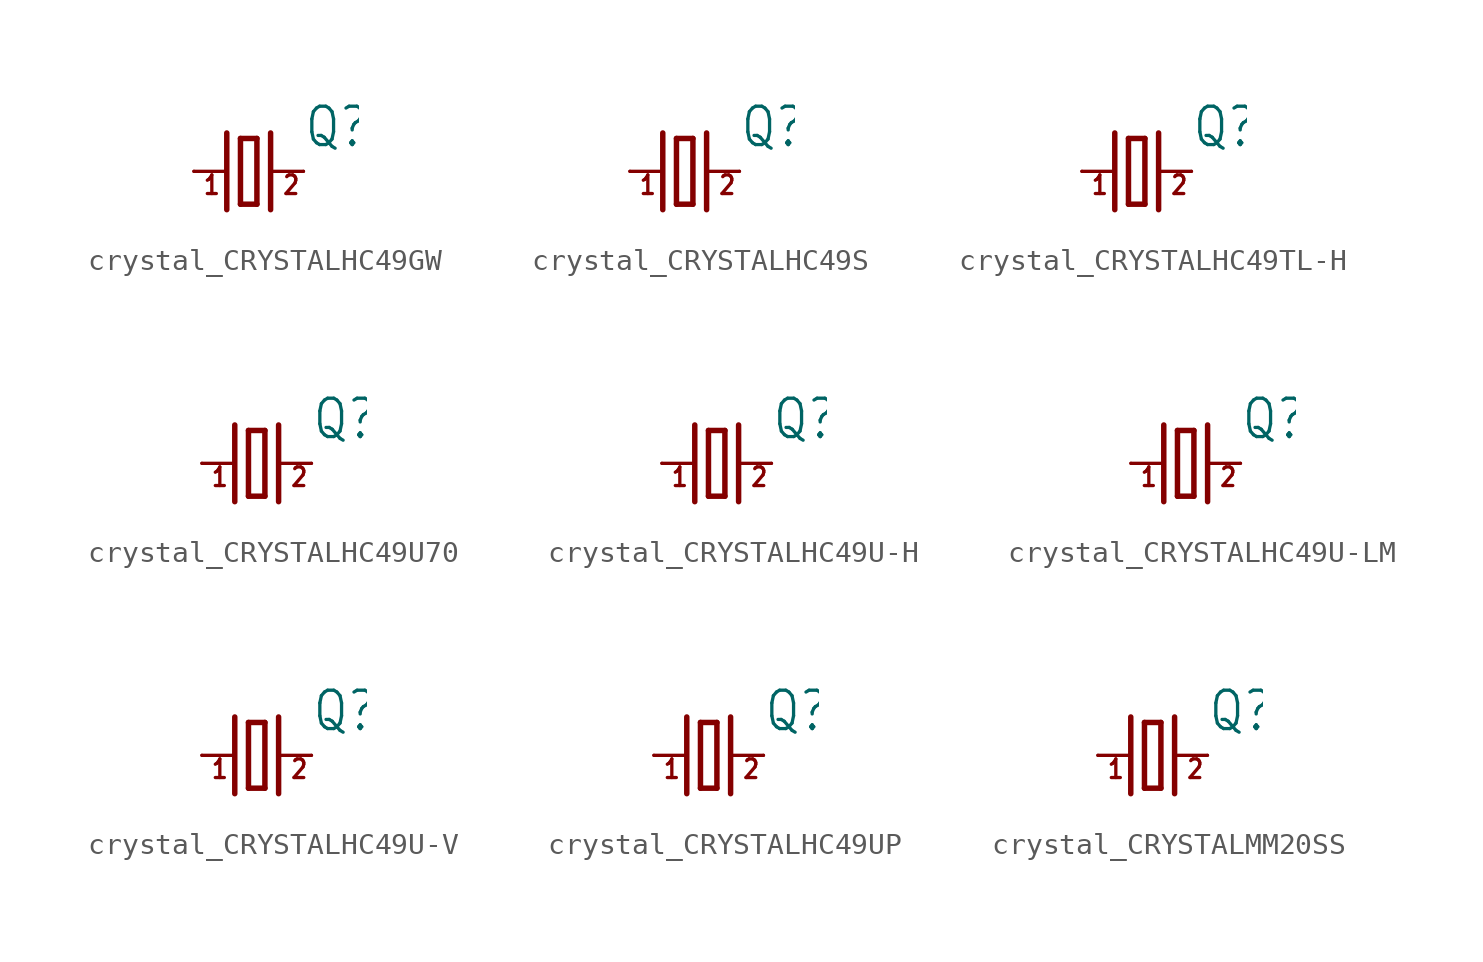
<source format=kicad_sym>
(kicad_symbol_lib
  (version 20231120)
  (generator "kicad_symbol_editor")
  (generator_version "8.0")
  (symbol "crystal_CRYSTALHC49GW"
    (property "Reference" "Q"
      (at 2.54 1.016 0)
      (effects (font (size 1.778 1.511)) (justify left bottom)))
    (property "Value" ""
      (at 2.54 -2.54 0)
      (effects (font (size 1.778 1.511)) (justify left bottom)))
    (property "ki_locked" ""
      (at 0 0 0)
      (effects (font (size 1.27 1.27))))
    (symbol "crystal_CRYSTALHC49GW_1_0"
      (polyline (pts (xy -2.54 0) (xy -1.016 0)) (stroke (width 0.152) (type solid)) (fill (type none)))
      (polyline (pts (xy -1.016 1.778) (xy -1.016 -1.778)) (stroke (width 0.254) (type solid)) (fill (type none)))
      (polyline (pts (xy -0.381 -1.524) (xy 0.381 -1.524)) (stroke (width 0.254) (type solid)) (fill (type none)))
      (polyline (pts (xy -0.381 1.524) (xy -0.381 -1.524)) (stroke (width 0.254) (type solid)) (fill (type none)))
      (polyline (pts (xy 0.381 -1.524) (xy 0.381 1.524)) (stroke (width 0.254) (type solid)) (fill (type none)))
      (polyline (pts (xy 0.381 1.524) (xy -0.381 1.524)) (stroke (width 0.254) (type solid)) (fill (type none)))
      (polyline (pts (xy 1.016 0) (xy 2.54 0)) (stroke (width 0.152) (type solid)) (fill (type none)))
      (polyline (pts (xy 1.016 1.778) (xy 1.016 -1.778)) (stroke (width 0.254) (type solid)) (fill (type none)))
      (text "1" (at -2.159 -1.143 0) (effects (font (size 0.864 0.734)) (justify left bottom)))
      (text "2" (at 1.524 -1.143 0) (effects (font (size 0.864 0.734)) (justify left bottom)))
      (pin passive line (at -2.54 0 0) (length 0) (name "1" (effects (font (size 0 0)))) (number "1" (effects (font (size 0 0)))))
      (pin passive line (at 2.54 0 180) (length 0) (name "2" (effects (font (size 0 0)))) (number "2" (effects (font (size 0 0)))))))
  (symbol "crystal_CRYSTALHC49S"
    (property "Reference" "Q"
      (at 2.54 1.016 0)
      (effects (font (size 1.778 1.511)) (justify left bottom)))
    (property "Value" ""
      (at 2.54 -2.54 0)
      (effects (font (size 1.778 1.511)) (justify left bottom)))
    (property "ki_locked" ""
      (at 0 0 0)
      (effects (font (size 1.27 1.27))))
    (symbol "crystal_CRYSTALHC49S_1_0"
      (polyline (pts (xy -2.54 0) (xy -1.016 0)) (stroke (width 0.152) (type solid)) (fill (type none)))
      (polyline (pts (xy -1.016 1.778) (xy -1.016 -1.778)) (stroke (width 0.254) (type solid)) (fill (type none)))
      (polyline (pts (xy -0.381 -1.524) (xy 0.381 -1.524)) (stroke (width 0.254) (type solid)) (fill (type none)))
      (polyline (pts (xy -0.381 1.524) (xy -0.381 -1.524)) (stroke (width 0.254) (type solid)) (fill (type none)))
      (polyline (pts (xy 0.381 -1.524) (xy 0.381 1.524)) (stroke (width 0.254) (type solid)) (fill (type none)))
      (polyline (pts (xy 0.381 1.524) (xy -0.381 1.524)) (stroke (width 0.254) (type solid)) (fill (type none)))
      (polyline (pts (xy 1.016 0) (xy 2.54 0)) (stroke (width 0.152) (type solid)) (fill (type none)))
      (polyline (pts (xy 1.016 1.778) (xy 1.016 -1.778)) (stroke (width 0.254) (type solid)) (fill (type none)))
      (text "1" (at -2.159 -1.143 0) (effects (font (size 0.864 0.734)) (justify left bottom)))
      (text "2" (at 1.524 -1.143 0) (effects (font (size 0.864 0.734)) (justify left bottom)))
      (pin passive line (at -2.54 0 0) (length 0) (name "1" (effects (font (size 0 0)))) (number "1" (effects (font (size 0 0)))))
      (pin passive line (at 2.54 0 180) (length 0) (name "2" (effects (font (size 0 0)))) (number "2" (effects (font (size 0 0)))))))
  (symbol "crystal_CRYSTALHC49TL-H"
    (property "Reference" "Q"
      (at 2.54 1.016 0)
      (effects (font (size 1.778 1.511)) (justify left bottom)))
    (property "Value" ""
      (at 2.54 -2.54 0)
      (effects (font (size 1.778 1.511)) (justify left bottom)))
    (property "ki_locked" ""
      (at 0 0 0)
      (effects (font (size 1.27 1.27))))
    (symbol "crystal_CRYSTALHC49TL-H_1_0"
      (polyline (pts (xy -2.54 0) (xy -1.016 0)) (stroke (width 0.152) (type solid)) (fill (type none)))
      (polyline (pts (xy -1.016 1.778) (xy -1.016 -1.778)) (stroke (width 0.254) (type solid)) (fill (type none)))
      (polyline (pts (xy -0.381 -1.524) (xy 0.381 -1.524)) (stroke (width 0.254) (type solid)) (fill (type none)))
      (polyline (pts (xy -0.381 1.524) (xy -0.381 -1.524)) (stroke (width 0.254) (type solid)) (fill (type none)))
      (polyline (pts (xy 0.381 -1.524) (xy 0.381 1.524)) (stroke (width 0.254) (type solid)) (fill (type none)))
      (polyline (pts (xy 0.381 1.524) (xy -0.381 1.524)) (stroke (width 0.254) (type solid)) (fill (type none)))
      (polyline (pts (xy 1.016 0) (xy 2.54 0)) (stroke (width 0.152) (type solid)) (fill (type none)))
      (polyline (pts (xy 1.016 1.778) (xy 1.016 -1.778)) (stroke (width 0.254) (type solid)) (fill (type none)))
      (text "1" (at -2.159 -1.143 0) (effects (font (size 0.864 0.734)) (justify left bottom)))
      (text "2" (at 1.524 -1.143 0) (effects (font (size 0.864 0.734)) (justify left bottom)))
      (pin passive line (at -2.54 0 0) (length 0) (name "1" (effects (font (size 0 0)))) (number "1" (effects (font (size 0 0)))))
      (pin passive line (at 2.54 0 180) (length 0) (name "2" (effects (font (size 0 0)))) (number "2" (effects (font (size 0 0)))))))
  (symbol "crystal_CRYSTALHC49U70"
    (property "Reference" "Q"
      (at 2.54 1.016 0)
      (effects (font (size 1.778 1.511)) (justify left bottom)))
    (property "Value" ""
      (at 2.54 -2.54 0)
      (effects (font (size 1.778 1.511)) (justify left bottom)))
    (property "ki_locked" ""
      (at 0 0 0)
      (effects (font (size 1.27 1.27))))
    (symbol "crystal_CRYSTALHC49U70_1_0"
      (polyline (pts (xy -2.54 0) (xy -1.016 0)) (stroke (width 0.152) (type solid)) (fill (type none)))
      (polyline (pts (xy -1.016 1.778) (xy -1.016 -1.778)) (stroke (width 0.254) (type solid)) (fill (type none)))
      (polyline (pts (xy -0.381 -1.524) (xy 0.381 -1.524)) (stroke (width 0.254) (type solid)) (fill (type none)))
      (polyline (pts (xy -0.381 1.524) (xy -0.381 -1.524)) (stroke (width 0.254) (type solid)) (fill (type none)))
      (polyline (pts (xy 0.381 -1.524) (xy 0.381 1.524)) (stroke (width 0.254) (type solid)) (fill (type none)))
      (polyline (pts (xy 0.381 1.524) (xy -0.381 1.524)) (stroke (width 0.254) (type solid)) (fill (type none)))
      (polyline (pts (xy 1.016 0) (xy 2.54 0)) (stroke (width 0.152) (type solid)) (fill (type none)))
      (polyline (pts (xy 1.016 1.778) (xy 1.016 -1.778)) (stroke (width 0.254) (type solid)) (fill (type none)))
      (text "1" (at -2.159 -1.143 0) (effects (font (size 0.864 0.734)) (justify left bottom)))
      (text "2" (at 1.524 -1.143 0) (effects (font (size 0.864 0.734)) (justify left bottom)))
      (pin passive line (at -2.54 0 0) (length 0) (name "1" (effects (font (size 0 0)))) (number "1" (effects (font (size 0 0)))))
      (pin passive line (at 2.54 0 180) (length 0) (name "2" (effects (font (size 0 0)))) (number "2" (effects (font (size 0 0)))))))
  (symbol "crystal_CRYSTALHC49U-H"
    (property "Reference" "Q"
      (at 2.54 1.016 0)
      (effects (font (size 1.778 1.511)) (justify left bottom)))
    (property "Value" ""
      (at 2.54 -2.54 0)
      (effects (font (size 1.778 1.511)) (justify left bottom)))
    (property "ki_locked" ""
      (at 0 0 0)
      (effects (font (size 1.27 1.27))))
    (symbol "crystal_CRYSTALHC49U-H_1_0"
      (polyline (pts (xy -2.54 0) (xy -1.016 0)) (stroke (width 0.152) (type solid)) (fill (type none)))
      (polyline (pts (xy -1.016 1.778) (xy -1.016 -1.778)) (stroke (width 0.254) (type solid)) (fill (type none)))
      (polyline (pts (xy -0.381 -1.524) (xy 0.381 -1.524)) (stroke (width 0.254) (type solid)) (fill (type none)))
      (polyline (pts (xy -0.381 1.524) (xy -0.381 -1.524)) (stroke (width 0.254) (type solid)) (fill (type none)))
      (polyline (pts (xy 0.381 -1.524) (xy 0.381 1.524)) (stroke (width 0.254) (type solid)) (fill (type none)))
      (polyline (pts (xy 0.381 1.524) (xy -0.381 1.524)) (stroke (width 0.254) (type solid)) (fill (type none)))
      (polyline (pts (xy 1.016 0) (xy 2.54 0)) (stroke (width 0.152) (type solid)) (fill (type none)))
      (polyline (pts (xy 1.016 1.778) (xy 1.016 -1.778)) (stroke (width 0.254) (type solid)) (fill (type none)))
      (text "1" (at -2.159 -1.143 0) (effects (font (size 0.864 0.734)) (justify left bottom)))
      (text "2" (at 1.524 -1.143 0) (effects (font (size 0.864 0.734)) (justify left bottom)))
      (pin passive line (at -2.54 0 0) (length 0) (name "1" (effects (font (size 0 0)))) (number "1" (effects (font (size 0 0)))))
      (pin passive line (at 2.54 0 180) (length 0) (name "2" (effects (font (size 0 0)))) (number "2" (effects (font (size 0 0)))))))
  (symbol "crystal_CRYSTALHC49U-LM"
    (property "Reference" "Q"
      (at 2.54 1.016 0)
      (effects (font (size 1.778 1.511)) (justify left bottom)))
    (property "Value" ""
      (at 2.54 -2.54 0)
      (effects (font (size 1.778 1.511)) (justify left bottom)))
    (property "ki_locked" ""
      (at 0 0 0)
      (effects (font (size 1.27 1.27))))
    (symbol "crystal_CRYSTALHC49U-LM_1_0"
      (polyline (pts (xy -2.54 0) (xy -1.016 0)) (stroke (width 0.152) (type solid)) (fill (type none)))
      (polyline (pts (xy -1.016 1.778) (xy -1.016 -1.778)) (stroke (width 0.254) (type solid)) (fill (type none)))
      (polyline (pts (xy -0.381 -1.524) (xy 0.381 -1.524)) (stroke (width 0.254) (type solid)) (fill (type none)))
      (polyline (pts (xy -0.381 1.524) (xy -0.381 -1.524)) (stroke (width 0.254) (type solid)) (fill (type none)))
      (polyline (pts (xy 0.381 -1.524) (xy 0.381 1.524)) (stroke (width 0.254) (type solid)) (fill (type none)))
      (polyline (pts (xy 0.381 1.524) (xy -0.381 1.524)) (stroke (width 0.254) (type solid)) (fill (type none)))
      (polyline (pts (xy 1.016 0) (xy 2.54 0)) (stroke (width 0.152) (type solid)) (fill (type none)))
      (polyline (pts (xy 1.016 1.778) (xy 1.016 -1.778)) (stroke (width 0.254) (type solid)) (fill (type none)))
      (text "1" (at -2.159 -1.143 0) (effects (font (size 0.864 0.734)) (justify left bottom)))
      (text "2" (at 1.524 -1.143 0) (effects (font (size 0.864 0.734)) (justify left bottom)))
      (pin passive line (at -2.54 0 0) (length 0) (name "1" (effects (font (size 0 0)))) (number "1" (effects (font (size 0 0)))))
      (pin passive line (at 2.54 0 180) (length 0) (name "2" (effects (font (size 0 0)))) (number "2" (effects (font (size 0 0)))))))
  (symbol "crystal_CRYSTALHC49U-V"
    (property "Reference" "Q"
      (at 2.54 1.016 0)
      (effects (font (size 1.778 1.511)) (justify left bottom)))
    (property "Value" ""
      (at 2.54 -2.54 0)
      (effects (font (size 1.778 1.511)) (justify left bottom)))
    (property "ki_locked" ""
      (at 0 0 0)
      (effects (font (size 1.27 1.27))))
    (symbol "crystal_CRYSTALHC49U-V_1_0"
      (polyline (pts (xy -2.54 0) (xy -1.016 0)) (stroke (width 0.152) (type solid)) (fill (type none)))
      (polyline (pts (xy -1.016 1.778) (xy -1.016 -1.778)) (stroke (width 0.254) (type solid)) (fill (type none)))
      (polyline (pts (xy -0.381 -1.524) (xy 0.381 -1.524)) (stroke (width 0.254) (type solid)) (fill (type none)))
      (polyline (pts (xy -0.381 1.524) (xy -0.381 -1.524)) (stroke (width 0.254) (type solid)) (fill (type none)))
      (polyline (pts (xy 0.381 -1.524) (xy 0.381 1.524)) (stroke (width 0.254) (type solid)) (fill (type none)))
      (polyline (pts (xy 0.381 1.524) (xy -0.381 1.524)) (stroke (width 0.254) (type solid)) (fill (type none)))
      (polyline (pts (xy 1.016 0) (xy 2.54 0)) (stroke (width 0.152) (type solid)) (fill (type none)))
      (polyline (pts (xy 1.016 1.778) (xy 1.016 -1.778)) (stroke (width 0.254) (type solid)) (fill (type none)))
      (text "1" (at -2.159 -1.143 0) (effects (font (size 0.864 0.734)) (justify left bottom)))
      (text "2" (at 1.524 -1.143 0) (effects (font (size 0.864 0.734)) (justify left bottom)))
      (pin passive line (at -2.54 0 0) (length 0) (name "1" (effects (font (size 0 0)))) (number "1" (effects (font (size 0 0)))))
      (pin passive line (at 2.54 0 180) (length 0) (name "2" (effects (font (size 0 0)))) (number "2" (effects (font (size 0 0)))))))
  (symbol "crystal_CRYSTALHC49UP"
    (property "Reference" "Q"
      (at 2.54 1.016 0)
      (effects (font (size 1.778 1.511)) (justify left bottom)))
    (property "Value" ""
      (at 2.54 -2.54 0)
      (effects (font (size 1.778 1.511)) (justify left bottom)))
    (property "ki_locked" ""
      (at 0 0 0)
      (effects (font (size 1.27 1.27))))
    (symbol "crystal_CRYSTALHC49UP_1_0"
      (polyline (pts (xy -2.54 0) (xy -1.016 0)) (stroke (width 0.152) (type solid)) (fill (type none)))
      (polyline (pts (xy -1.016 1.778) (xy -1.016 -1.778)) (stroke (width 0.254) (type solid)) (fill (type none)))
      (polyline (pts (xy -0.381 -1.524) (xy 0.381 -1.524)) (stroke (width 0.254) (type solid)) (fill (type none)))
      (polyline (pts (xy -0.381 1.524) (xy -0.381 -1.524)) (stroke (width 0.254) (type solid)) (fill (type none)))
      (polyline (pts (xy 0.381 -1.524) (xy 0.381 1.524)) (stroke (width 0.254) (type solid)) (fill (type none)))
      (polyline (pts (xy 0.381 1.524) (xy -0.381 1.524)) (stroke (width 0.254) (type solid)) (fill (type none)))
      (polyline (pts (xy 1.016 0) (xy 2.54 0)) (stroke (width 0.152) (type solid)) (fill (type none)))
      (polyline (pts (xy 1.016 1.778) (xy 1.016 -1.778)) (stroke (width 0.254) (type solid)) (fill (type none)))
      (text "1" (at -2.159 -1.143 0) (effects (font (size 0.864 0.734)) (justify left bottom)))
      (text "2" (at 1.524 -1.143 0) (effects (font (size 0.864 0.734)) (justify left bottom)))
      (pin passive line (at -2.54 0 0) (length 0) (name "1" (effects (font (size 0 0)))) (number "1" (effects (font (size 0 0)))))
      (pin passive line (at 2.54 0 180) (length 0) (name "2" (effects (font (size 0 0)))) (number "2" (effects (font (size 0 0)))))))
  (symbol "crystal_CRYSTALMM20SS"
    (property "Reference" "Q"
      (at 2.54 1.016 0)
      (effects (font (size 1.778 1.511)) (justify left bottom)))
    (property "Value" ""
      (at 2.54 -2.54 0)
      (effects (font (size 1.778 1.511)) (justify left bottom)))
    (property "ki_locked" ""
      (at 0 0 0)
      (effects (font (size 1.27 1.27))))
    (symbol "crystal_CRYSTALMM20SS_1_0"
      (polyline (pts (xy -2.54 0) (xy -1.016 0)) (stroke (width 0.152) (type solid)) (fill (type none)))
      (polyline (pts (xy -1.016 1.778) (xy -1.016 -1.778)) (stroke (width 0.254) (type solid)) (fill (type none)))
      (polyline (pts (xy -0.381 -1.524) (xy 0.381 -1.524)) (stroke (width 0.254) (type solid)) (fill (type none)))
      (polyline (pts (xy -0.381 1.524) (xy -0.381 -1.524)) (stroke (width 0.254) (type solid)) (fill (type none)))
      (polyline (pts (xy 0.381 -1.524) (xy 0.381 1.524)) (stroke (width 0.254) (type solid)) (fill (type none)))
      (polyline (pts (xy 0.381 1.524) (xy -0.381 1.524)) (stroke (width 0.254) (type solid)) (fill (type none)))
      (polyline (pts (xy 1.016 0) (xy 2.54 0)) (stroke (width 0.152) (type solid)) (fill (type none)))
      (polyline (pts (xy 1.016 1.778) (xy 1.016 -1.778)) (stroke (width 0.254) (type solid)) (fill (type none)))
      (text "1" (at -2.159 -1.143 0) (effects (font (size 0.864 0.734)) (justify left bottom)))
      (text "2" (at 1.524 -1.143 0) (effects (font (size 0.864 0.734)) (justify left bottom)))
      (pin passive line (at -2.54 0 0) (length 0) (name "1" (effects (font (size 0 0)))) (number "1" (effects (font (size 0 0)))))
      (pin passive line (at 2.54 0 180) (length 0) (name "2" (effects (font (size 0 0)))) (number "4" (effects (font (size 0 0))))))))
</source>
